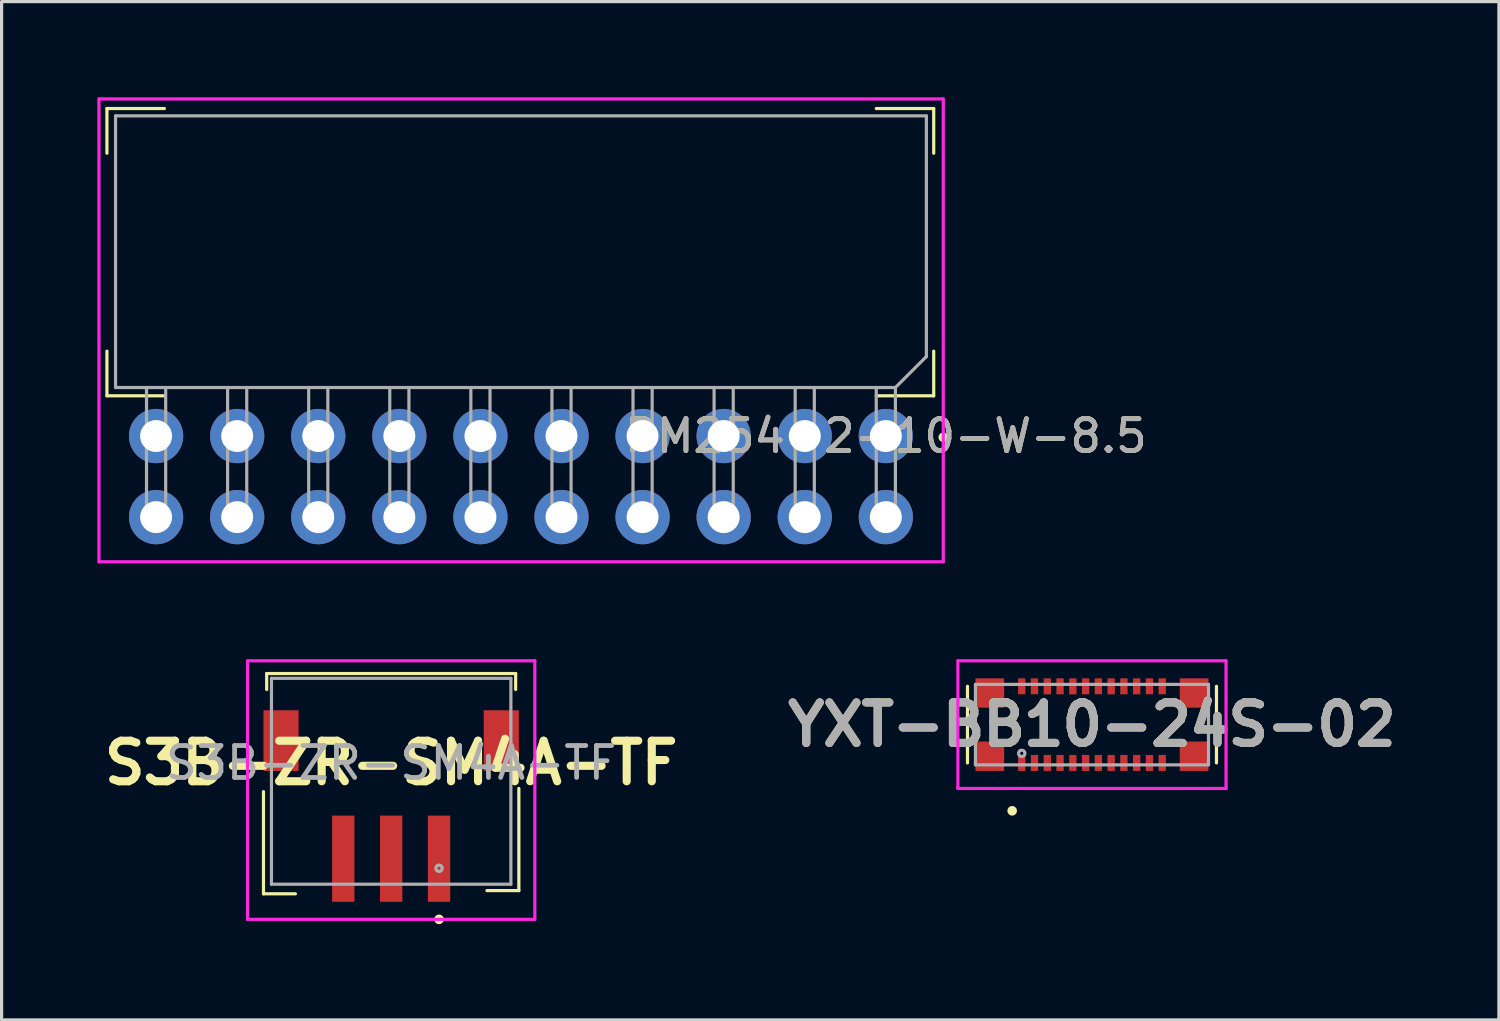
<source format=kicad_pcb>
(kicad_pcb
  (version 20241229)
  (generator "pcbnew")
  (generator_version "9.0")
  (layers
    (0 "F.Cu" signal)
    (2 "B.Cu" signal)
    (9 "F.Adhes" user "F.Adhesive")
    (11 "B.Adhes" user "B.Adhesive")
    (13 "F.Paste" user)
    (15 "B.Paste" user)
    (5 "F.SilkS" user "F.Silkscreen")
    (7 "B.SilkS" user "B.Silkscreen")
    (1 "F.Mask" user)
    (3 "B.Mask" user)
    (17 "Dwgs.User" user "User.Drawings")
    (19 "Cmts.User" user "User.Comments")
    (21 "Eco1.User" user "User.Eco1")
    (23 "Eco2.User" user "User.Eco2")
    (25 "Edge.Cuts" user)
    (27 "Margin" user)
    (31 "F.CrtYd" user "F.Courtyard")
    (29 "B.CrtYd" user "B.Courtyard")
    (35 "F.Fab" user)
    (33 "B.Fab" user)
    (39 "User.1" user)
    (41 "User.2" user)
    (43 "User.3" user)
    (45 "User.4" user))
  (footprint "S3B-ZR-SM4A-TF"
    (layer "F.Cu")
    (at 9.204 20.85)
    (property "Reference" "S3B-ZR-SM4A-TF" (at 0 0 0) (unlocked yes) (layer "F.SilkS") (effects (font (size 1.27 1.27) (thickness 0.254) (bold yes))))
    (attr smd)
    (fp_line (start -4 4.1) (end -4 0.9) (stroke (width 0.1) (type solid)) (layer "F.SilkS"))
    (fp_line (start -4 4.1) (end -3 4.1) (stroke (width 0.1) (type solid)) (layer "F.SilkS"))
    (fp_line (start -3.9 -2.8) (end -3.9 -2.3) (stroke (width 0.1) (type default)) (layer "F.SilkS"))
    (fp_line (start 3 4) (end 4 4) (stroke (width 0.1) (type solid)) (layer "F.SilkS"))
    (fp_line (start 3.9 -2.8) (end -3.9 -2.8) (stroke (width 0.1) (type solid)) (layer "F.SilkS"))
    (fp_line (start 3.9 -2.8) (end 3.9 -2.3) (stroke (width 0.1) (type default)) (layer "F.SilkS"))
    (fp_line (start 4 4) (end 4 0.8) (stroke (width 0.1) (type solid)) (layer "F.SilkS"))
    (fp_circle (center 1.5 4.9) (end 1.6 4.9) (stroke (width 0.1) (type default)) (fill yes) (layer "F.SilkS"))
    (fp_line (start -4.5 -3.2) (end -4.5 4.9) (stroke (width 0.1) (type solid)) (layer "F.CrtYd"))
    (fp_line (start -4.5 4.9) (end 4.5 4.9) (stroke (width 0.1) (type solid)) (layer "F.CrtYd"))
    (fp_line (start 4.5 -3.2) (end -4.5 -3.2) (stroke (width 0.1) (type solid)) (layer "F.CrtYd"))
    (fp_line (start 4.5 4.9) (end 4.5 -3.2) (stroke (width 0.1) (type solid)) (layer "F.CrtYd"))
    (fp_line (start -3.75 -2.65) (end -3.75 3.8) (stroke (width 0.1) (type solid)) (layer "F.Fab"))
    (fp_line (start -3.75 -2.65) (end 3.75 -2.65) (stroke (width 0.1) (type solid)) (layer "F.Fab"))
    (fp_line (start 3.75 3.8) (end -3.75 3.8) (stroke (width 0.1) (type default)) (layer "F.Fab"))
    (fp_line (start 3.75 3.8) (end 3.75 -2.65) (stroke (width 0.1) (type solid)) (layer "F.Fab"))
    (fp_circle (center 1.5 3.3) (end 1.6 3.3) (stroke (width 0.1) (type default)) (fill no) (layer "F.Fab"))
    (fp_text user "${REFERENCE}" (at 0 0 0) (unlocked yes) (layer "F.Fab") (effects (font (size 1 1) (thickness 0.15))))
    (pad "1" smd rect (at 1.5 3) (size 0.7 2.7) (layers "F.Cu" "F.Mask" "F.Paste"))
    (pad "2" smd rect (at 0 3) (size 0.7 2.7) (layers "F.Cu" "F.Mask" "F.Paste"))
    (pad "3" smd rect (at -1.5 3) (size 0.7 2.7) (layers "F.Cu" "F.Mask" "F.Paste"))
    (pad "4" smd rect (at -3.45 -0.7) (size 1.1 1.9) (layers "F.Cu" "F.Mask" "F.Paste"))
    (pad "5" smd rect (at 3.45 -0.7) (size 1.1 1.9) (layers "F.Cu" "F.Mask" "F.Paste")))
  (footprint "PM254-2-10-W-8.5"
    (layer "F.Cu")
    (at 24.7 10.61)
    (property "Reference" "PM254-2-10-W-8.5" (at 0 0 0) (layer "F.SilkS") (effects (font (size 1 1) (thickness 0.15))))
    (attr through_hole)
    (fp_line (start -24.4 -8.86) (end -24.4 -10.26) (stroke (width 0.1) (type default)) (layer "F.SilkS"))
    (fp_line (start -24.4 -1.26) (end -24.4 -2.66) (stroke (width 0.1) (type default)) (layer "F.SilkS"))
    (fp_line (start -22.6 -10.26) (end -24.4 -10.26) (stroke (width 0.1) (type default)) (layer "F.SilkS"))
    (fp_line (start -22.6 -1.26) (end -24.4 -1.26) (stroke (width 0.1) (type default)) (layer "F.SilkS"))
    (fp_line (start -0.3 -10.26) (end 1.5 -10.26) (stroke (width 0.1) (type default)) (layer "F.SilkS"))
    (fp_line (start -0.3 -1.26) (end 1.5 -1.26) (stroke (width 0.1) (type default)) (layer "F.SilkS"))
    (fp_line (start 1.5 -10.26) (end 1.5 -8.86) (stroke (width 0.1) (type default)) (layer "F.SilkS"))
    (fp_line (start 1.5 -2.66) (end 1.5 -1.26) (stroke (width 0.1) (type default)) (layer "F.SilkS"))
    (fp_circle (center 1.8 0.04) (end 1.9 0.04) (stroke (width 0.1) (type default)) (fill yes) (layer "F.SilkS"))
    (fp_line (start -24.65 -10.56) (end -24.65 3.94) (stroke (width 0.1) (type solid)) (layer "F.CrtYd"))
    (fp_line (start -24.65 3.94) (end 1.8 3.94) (stroke (width 0.1) (type solid)) (layer "F.CrtYd"))
    (fp_line (start 1.8 -10.56) (end -24.65 -10.56) (stroke (width 0.1) (type solid)) (layer "F.CrtYd"))
    (fp_line (start 1.8 3.94) (end 1.8 -10.56) (stroke (width 0.1) (type solid)) (layer "F.CrtYd"))
    (fp_line (start -24.13 -10.03) (end 1.27 -10.03) (stroke (width 0.1) (type solid)) (layer "F.Fab"))
    (fp_line (start -24.13 -1.52) (end -24.13 -10.03) (stroke (width 0.1) (type solid)) (layer "F.Fab"))
    (fp_line (start -23.16 -1.52) (end -23.16 2.54) (stroke (width 0.1) (type solid)) (layer "F.Fab"))
    (fp_line (start -23.16 2.54) (end -22.56 2.54) (stroke (width 0.1) (type solid)) (layer "F.Fab"))
    (fp_line (start -22.56 2.54) (end -22.56 -1.52) (stroke (width 0.1) (type solid)) (layer "F.Fab"))
    (fp_line (start -20.62 -1.52) (end -20.62 2.54) (stroke (width 0.1) (type solid)) (layer "F.Fab"))
    (fp_line (start -20.62 2.54) (end -20.02 2.54) (stroke (width 0.1) (type solid)) (layer "F.Fab"))
    (fp_line (start -20.02 2.54) (end -20.02 -1.52) (stroke (width 0.1) (type solid)) (layer "F.Fab"))
    (fp_line (start -18.08 -1.52) (end -18.08 2.54) (stroke (width 0.1) (type solid)) (layer "F.Fab"))
    (fp_line (start -18.08 2.54) (end -17.48 2.54) (stroke (width 0.1) (type solid)) (layer "F.Fab"))
    (fp_line (start -17.48 2.54) (end -17.48 -1.52) (stroke (width 0.1) (type solid)) (layer "F.Fab"))
    (fp_line (start -15.54 -1.52) (end -15.54 2.54) (stroke (width 0.1) (type solid)) (layer "F.Fab"))
    (fp_line (start -15.54 2.54) (end -14.94 2.54) (stroke (width 0.1) (type solid)) (layer "F.Fab"))
    (fp_line (start -14.94 2.54) (end -14.94 -1.52) (stroke (width 0.1) (type solid)) (layer "F.Fab"))
    (fp_line (start -13 -1.52) (end -13 2.54) (stroke (width 0.1) (type solid)) (layer "F.Fab"))
    (fp_line (start -13 2.54) (end -12.4 2.54) (stroke (width 0.1) (type solid)) (layer "F.Fab"))
    (fp_line (start -12.4 2.54) (end -12.4 -1.52) (stroke (width 0.1) (type solid)) (layer "F.Fab"))
    (fp_line (start -10.46 -1.52) (end -10.46 2.54) (stroke (width 0.1) (type solid)) (layer "F.Fab"))
    (fp_line (start -10.46 2.54) (end -9.86 2.54) (stroke (width 0.1) (type solid)) (layer "F.Fab"))
    (fp_line (start -9.86 2.54) (end -9.86 -1.52) (stroke (width 0.1) (type solid)) (layer "F.Fab"))
    (fp_line (start -7.92 -1.52) (end -7.92 2.54) (stroke (width 0.1) (type solid)) (layer "F.Fab"))
    (fp_line (start -7.92 2.54) (end -7.32 2.54) (stroke (width 0.1) (type solid)) (layer "F.Fab"))
    (fp_line (start -7.32 2.54) (end -7.32 -1.52) (stroke (width 0.1) (type solid)) (layer "F.Fab"))
    (fp_line (start -5.38 -1.52) (end -5.38 2.54) (stroke (width 0.1) (type solid)) (layer "F.Fab"))
    (fp_line (start -5.38 2.54) (end -4.78 2.54) (stroke (width 0.1) (type solid)) (layer "F.Fab"))
    (fp_line (start -4.78 2.54) (end -4.78 -1.52) (stroke (width 0.1) (type solid)) (layer "F.Fab"))
    (fp_line (start -2.84 -1.52) (end -2.84 2.54) (stroke (width 0.1) (type solid)) (layer "F.Fab"))
    (fp_line (start -2.84 2.54) (end -2.24 2.54) (stroke (width 0.1) (type solid)) (layer "F.Fab"))
    (fp_line (start -2.24 2.54) (end -2.24 -1.52) (stroke (width 0.1) (type solid)) (layer "F.Fab"))
    (fp_line (start -0.3 -1.52) (end -0.3 2.54) (stroke (width 0.1) (type solid)) (layer "F.Fab"))
    (fp_line (start -0.3 2.54) (end 0.3 2.54) (stroke (width 0.1) (type solid)) (layer "F.Fab"))
    (fp_line (start 0.3 -1.52) (end -24.13 -1.52) (stroke (width 0.1) (type solid)) (layer "F.Fab"))
    (fp_line (start 0.3 2.54) (end 0.3 -1.52) (stroke (width 0.1) (type solid)) (layer "F.Fab"))
    (fp_line (start 1.27 -10.03) (end 1.27 -2.49) (stroke (width 0.1) (type solid)) (layer "F.Fab"))
    (fp_line (start 1.27 -2.49) (end 0.3 -1.52) (stroke (width 0.1) (type solid)) (layer "F.Fab"))
    (fp_text user "${REFERENCE}" (at 0 0 0) (layer "F.Fab") (effects (font (size 1 1) (thickness 0.15))))
    (pad "1" thru_hole oval (at 0 0 270) (size 1.7 1.7) (drill 1) (layers "*.Cu" "*.Mask"))
    (pad "2" thru_hole oval (at 0 2.54 270) (size 1.7 1.7) (drill 1) (layers "*.Cu" "*.Mask"))
    (pad "3" thru_hole oval (at -2.54 0 270) (size 1.7 1.7) (drill 1) (layers "*.Cu" "*.Mask"))
    (pad "4" thru_hole oval (at -2.54 2.54 270) (size 1.7 1.7) (drill 1) (layers "*.Cu" "*.Mask"))
    (pad "5" thru_hole oval (at -5.08 0 270) (size 1.7 1.7) (drill 1) (layers "*.Cu" "*.Mask"))
    (pad "6" thru_hole oval (at -5.08 2.54 270) (size 1.7 1.7) (drill 1) (layers "*.Cu" "*.Mask"))
    (pad "7" thru_hole oval (at -7.62 0 270) (size 1.7 1.7) (drill 1) (layers "*.Cu" "*.Mask"))
    (pad "8" thru_hole oval (at -7.62 2.54 270) (size 1.7 1.7) (drill 1) (layers "*.Cu" "*.Mask"))
    (pad "9" thru_hole oval (at -10.16 0 270) (size 1.7 1.7) (drill 1) (layers "*.Cu" "*.Mask"))
    (pad "10" thru_hole oval (at -10.16 2.54 270) (size 1.7 1.7) (drill 1) (layers "*.Cu" "*.Mask"))
    (pad "11" thru_hole oval (at -12.7 0 270) (size 1.7 1.7) (drill 1) (layers "*.Cu" "*.Mask"))
    (pad "12" thru_hole oval (at -12.7 2.54 270) (size 1.7 1.7) (drill 1) (layers "*.Cu" "*.Mask"))
    (pad "13" thru_hole oval (at -15.24 0 270) (size 1.7 1.7) (drill 1) (layers "*.Cu" "*.Mask"))
    (pad "14" thru_hole oval (at -15.24 2.54 270) (size 1.7 1.7) (drill 1) (layers "*.Cu" "*.Mask"))
    (pad "15" thru_hole oval (at -17.78 0 270) (size 1.7 1.7) (drill 1) (layers "*.Cu" "*.Mask"))
    (pad "16" thru_hole oval (at -17.78 2.54 270) (size 1.7 1.7) (drill 1) (layers "*.Cu" "*.Mask"))
    (pad "17" thru_hole oval (at -20.32 0 270) (size 1.7 1.7) (drill 1) (layers "*.Cu" "*.Mask"))
    (pad "18" thru_hole oval (at -20.32 2.54 270) (size 1.7 1.7) (drill 1) (layers "*.Cu" "*.Mask"))
    (pad "19" thru_hole oval (at -22.86 0 270) (size 1.7 1.7) (drill 1) (layers "*.Cu" "*.Mask"))
    (pad "20" thru_hole oval (at -22.86 2.54 270) (size 1.7 1.7) (drill 1) (layers "*.Cu" "*.Mask")))
  (footprint "YXT-BB10-24S-02"
    (layer "F.Cu")
    (at 31.158 19.65)
    (property "Reference" "YXT-BB10-24S-02" (at 0 0 0) (layer "F.SilkS") (effects (font (size 1.27 1.27) (thickness 0.254))))
    (attr smd)
    (fp_line (start -3.9 -1.2) (end -3.9 1.2) (stroke (width 0.1) (type default)) (layer "F.SilkS"))
    (fp_line (start 3.9 -1.2) (end 3.9 1.2) (stroke (width 0.1) (type default)) (layer "F.SilkS"))
    (fp_circle (center -2.5 2.7) (end -2.4 2.7) (stroke (width 0.1) (type default)) (fill yes) (layer "F.SilkS"))
    (fp_line (start -4.2 -2) (end 4.2 -2) (stroke (width 0.1) (type solid)) (layer "F.CrtYd"))
    (fp_line (start -4.2 2) (end -4.2 -2) (stroke (width 0.1) (type solid)) (layer "F.CrtYd"))
    (fp_line (start 4.2 -2) (end 4.2 2) (stroke (width 0.1) (type solid)) (layer "F.CrtYd"))
    (fp_line (start 4.2 2) (end -4.2 2) (stroke (width 0.1) (type solid)) (layer "F.CrtYd"))
    (fp_line (start -3.65 -1.26) (end 3.65 -1.26) (stroke (width 0.1) (type solid)) (layer "F.Fab"))
    (fp_line (start -3.65 1.26) (end -3.65 -1.26) (stroke (width 0.1) (type solid)) (layer "F.Fab"))
    (fp_line (start 3.65 -1.26) (end 3.65 1.26) (stroke (width 0.1) (type solid)) (layer "F.Fab"))
    (fp_line (start 3.65 1.26) (end -3.65 1.26) (stroke (width 0.1) (type solid)) (layer "F.Fab"))
    (fp_circle (center -2.2 0.9) (end -2.1 0.9) (stroke (width 0.1) (type default)) (fill no) (layer "F.Fab"))
    (fp_text user "${REFERENCE}" (at 0 0 0) (layer "F.Fab") (effects (font (size 1.27 1.27) (thickness 0.254))))
    (pad "1" smd rect (at -2.2 1.2) (size 0.23 0.5) (layers "F.Cu" "F.Mask" "F.Paste"))
    (pad "2" smd rect (at -2.2 -1.2) (size 0.23 0.5) (layers "F.Cu" "F.Mask" "F.Paste"))
    (pad "3" smd rect (at -1.8 1.2) (size 0.23 0.5) (layers "F.Cu" "F.Mask" "F.Paste"))
    (pad "4" smd rect (at -1.8 -1.2) (size 0.23 0.5) (layers "F.Cu" "F.Mask" "F.Paste"))
    (pad "5" smd rect (at -1.4 1.2) (size 0.23 0.5) (layers "F.Cu" "F.Mask" "F.Paste"))
    (pad "6" smd rect (at -1.4 -1.2) (size 0.23 0.5) (layers "F.Cu" "F.Mask" "F.Paste"))
    (pad "7" smd rect (at -1 1.2) (size 0.23 0.5) (layers "F.Cu" "F.Mask" "F.Paste"))
    (pad "8" smd rect (at -1 -1.2) (size 0.23 0.5) (layers "F.Cu" "F.Mask" "F.Paste"))
    (pad "9" smd rect (at -0.6 1.2) (size 0.23 0.5) (layers "F.Cu" "F.Mask" "F.Paste"))
    (pad "10" smd rect (at -0.6 -1.2) (size 0.23 0.5) (layers "F.Cu" "F.Mask" "F.Paste"))
    (pad "11" smd rect (at -0.2 1.2) (size 0.23 0.5) (layers "F.Cu" "F.Mask" "F.Paste"))
    (pad "12" smd rect (at -0.2 -1.2) (size 0.23 0.5) (layers "F.Cu" "F.Mask" "F.Paste"))
    (pad "13" smd rect (at 0.2 1.2) (size 0.23 0.5) (layers "F.Cu" "F.Mask" "F.Paste"))
    (pad "14" smd rect (at 0.2 -1.2) (size 0.23 0.5) (layers "F.Cu" "F.Mask" "F.Paste"))
    (pad "15" smd rect (at 0.6 1.2) (size 0.23 0.5) (layers "F.Cu" "F.Mask" "F.Paste"))
    (pad "16" smd rect (at 0.6 -1.2) (size 0.23 0.5) (layers "F.Cu" "F.Mask" "F.Paste"))
    (pad "17" smd rect (at 1 1.2) (size 0.23 0.5) (layers "F.Cu" "F.Mask" "F.Paste"))
    (pad "18" smd rect (at 1 -1.2) (size 0.23 0.5) (layers "F.Cu" "F.Mask" "F.Paste"))
    (pad "19" smd rect (at 1.4 1.2) (size 0.23 0.5) (layers "F.Cu" "F.Mask" "F.Paste"))
    (pad "20" smd rect (at 1.4 -1.2) (size 0.23 0.5) (layers "F.Cu" "F.Mask" "F.Paste"))
    (pad "21" smd rect (at 1.8 1.2) (size 0.23 0.5) (layers "F.Cu" "F.Mask" "F.Paste"))
    (pad "22" smd rect (at 1.8 -1.2) (size 0.23 0.5) (layers "F.Cu" "F.Mask" "F.Paste"))
    (pad "23" smd rect (at 2.2 1.2) (size 0.23 0.5) (layers "F.Cu" "F.Mask" "F.Paste"))
    (pad "24" smd rect (at 2.2 -1.2) (size 0.23 0.5) (layers "F.Cu" "F.Mask" "F.Paste"))
    (pad "P1" smd rect (at -3.2 0.99) (size 0.9 0.92) (layers "F.Cu" "F.Mask" "F.Paste"))
    (pad "P2" smd rect (at -3.2 -0.99) (size 0.9 0.92) (layers "F.Cu" "F.Mask" "F.Paste"))
    (pad "P3" smd rect (at 3.2 0.99) (size 0.9 0.92) (layers "F.Cu" "F.Mask" "F.Paste"))
    (pad "P4" smd rect (at 3.2 -0.99) (size 0.9 0.92) (layers "F.Cu" "F.Mask" "F.Paste")))
  (gr_rect
    (start -3 -3)
    (end 43.906 28.9)
    (stroke (width 0.1) (type default))
    (fill no)
    (layer "Edge.Cuts")))
</source>
